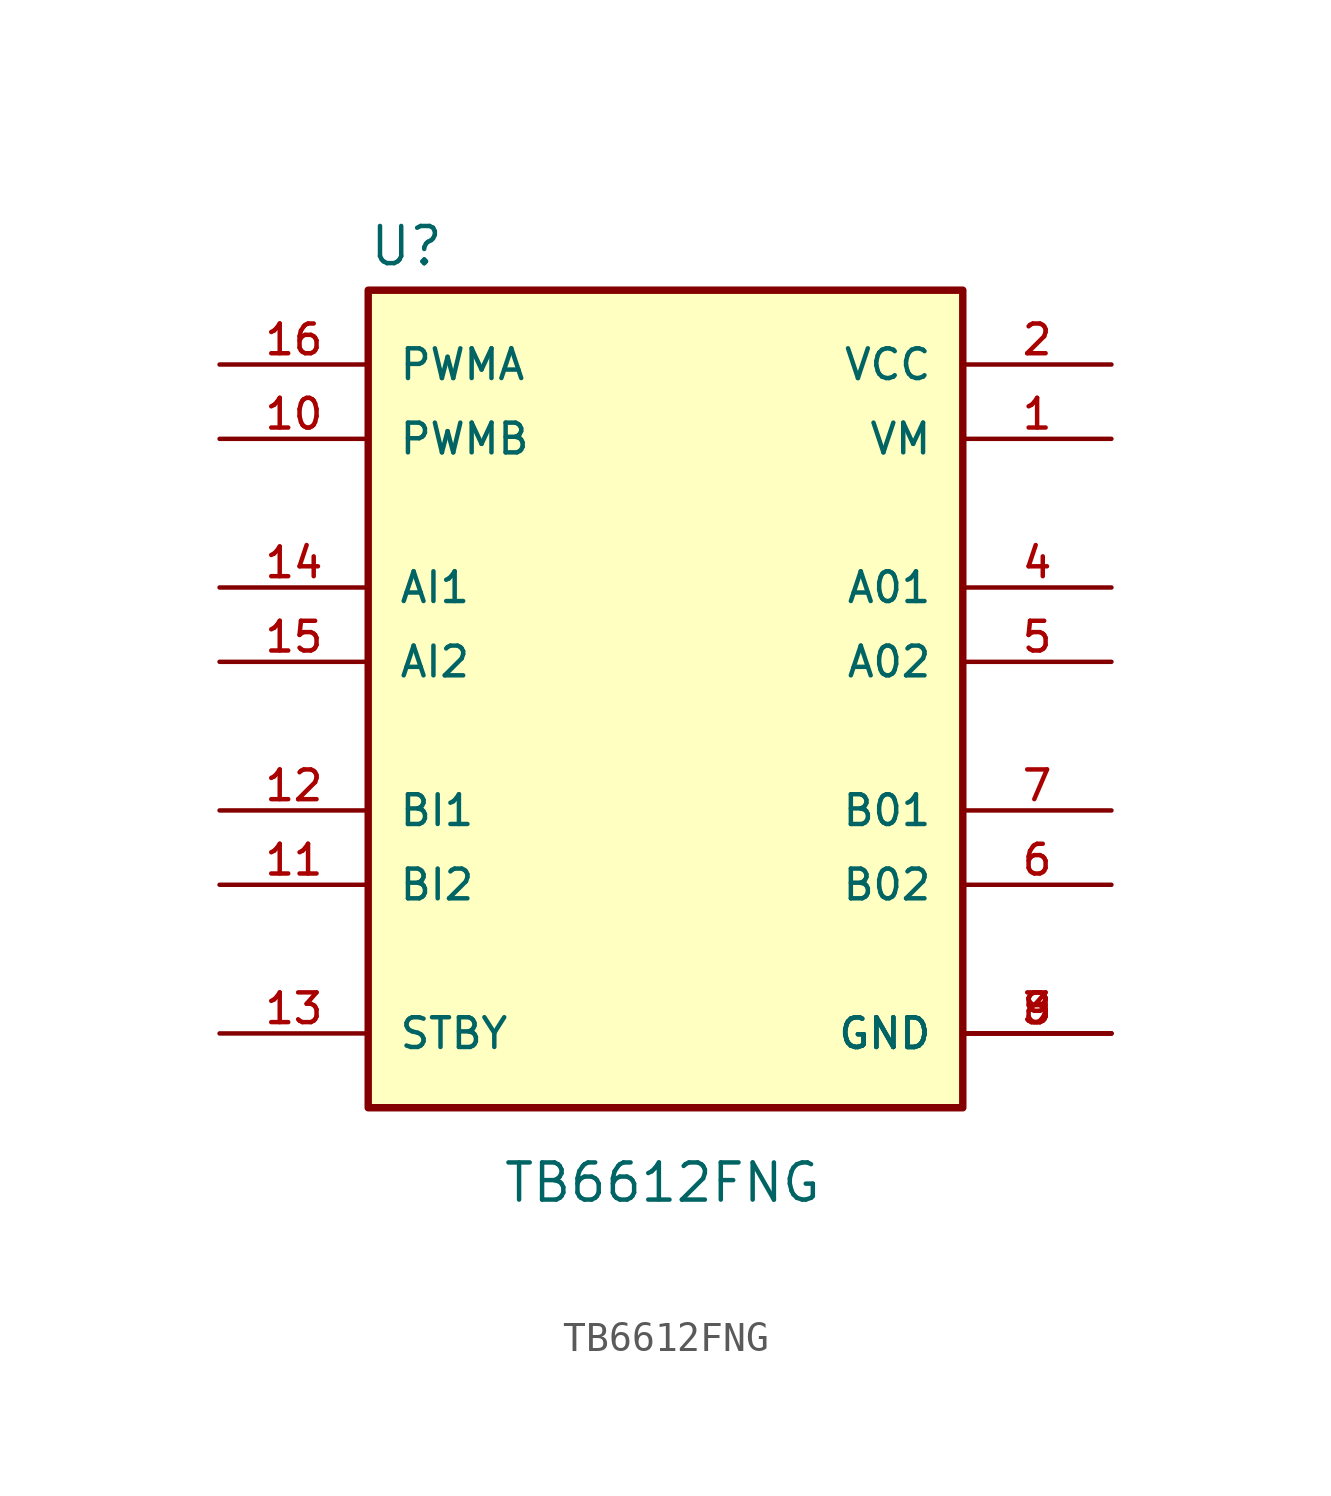
<source format=kicad_sym>
(kicad_symbol_lib
  (version 20231120)
  (generator "kicad_symbol_editor")
  (generator_version "8.0")
  (symbol "TB6612FNG"
    (pin_names
      (offset 1.016))
    (property "Reference" "U"
      (at -10.16 16.002 0)
      (effects (font (size 1.27 1.27)) (justify left bottom)))
    (property "Value" "TB6612FNG"
      (at -5.588 -16.002 0)
      (effects (font (size 1.27 1.27)) (justify left bottom)))
    (symbol "TB6612FNG_0_0"
      (rectangle (start -10.16 -12.7) (end 10.16 15.24) (stroke (width 0.254) (type default)) (fill (type background)))
      (pin input line (at -15.24 10.16 0) (length 5.08) (name "PWMB" (effects (font (size 1.016 1.016)))) (number "10" (effects (font (size 1.016 1.016)))))
      (pin input line (at -15.24 -5.08 0) (length 5.08) (name "BI2" (effects (font (size 1.016 1.016)))) (number "11" (effects (font (size 1.016 1.016)))))
      (pin input line (at -15.24 -2.54 0) (length 5.08) (name "BI1" (effects (font (size 1.016 1.016)))) (number "12" (effects (font (size 1.016 1.016)))))
      (pin input line (at -15.24 -10.16 0) (length 5.08) (name "STBY" (effects (font (size 1.016 1.016)))) (number "13" (effects (font (size 1.016 1.016)))))
      (pin input line (at -15.24 5.08 0) (length 5.08) (name "AI1" (effects (font (size 1.016 1.016)))) (number "14" (effects (font (size 1.016 1.016)))))
      (pin input line (at -15.24 2.54 0) (length 5.08) (name "AI2" (effects (font (size 1.016 1.016)))) (number "15" (effects (font (size 1.016 1.016)))))
      (pin input line (at -15.24 12.7 0) (length 5.08) (name "PWMA" (effects (font (size 1.016 1.016)))) (number "16" (effects (font (size 1.016 1.016)))))
      (pin output line (at 15.24 5.08 180) (length 5.08) (name "A01" (effects (font (size 1.016 1.016)))) (number "4" (effects (font (size 1.016 1.016)))))
      (pin output line (at 15.24 2.54 180) (length 5.08) (name "A02" (effects (font (size 1.016 1.016)))) (number "5" (effects (font (size 1.016 1.016)))))
      (pin output line (at 15.24 -5.08 180) (length 5.08) (name "B02" (effects (font (size 1.016 1.016)))) (number "6" (effects (font (size 1.016 1.016)))))
      (pin output line (at 15.24 -2.54 180) (length 5.08) (name "B01" (effects (font (size 1.016 1.016)))) (number "7" (effects (font (size 1.016 1.016))))))
    (symbol "TB6612FNG_1_0"
      (pin bidirectional line (at 15.24 10.16 180) (length 5.08) (name "VM" (effects (font (size 1.016 1.016)))) (number "1" (effects (font (size 1.016 1.016)))))
      (pin bidirectional line (at 15.24 12.7 180) (length 5.08) (name "VCC" (effects (font (size 1.016 1.016)))) (number "2" (effects (font (size 1.016 1.016)))))
      (pin bidirectional line (at 15.24 -10.16 180) (length 5.08) (name "GND" (effects (font (size 1.016 1.016)))) (number "3" (effects (font (size 1.016 1.016)))))
      (pin bidirectional line (at 15.24 -10.16 180) (length 5.08) (name "GND" (effects (font (size 1.016 1.016)))) (number "8" (effects (font (size 1.016 1.016)))))
      (pin bidirectional line (at 15.24 -10.16 180) (length 5.08) (name "GND" (effects (font (size 1.016 1.016)))) (number "9" (effects (font (size 1.016 1.016))))))))
</source>
